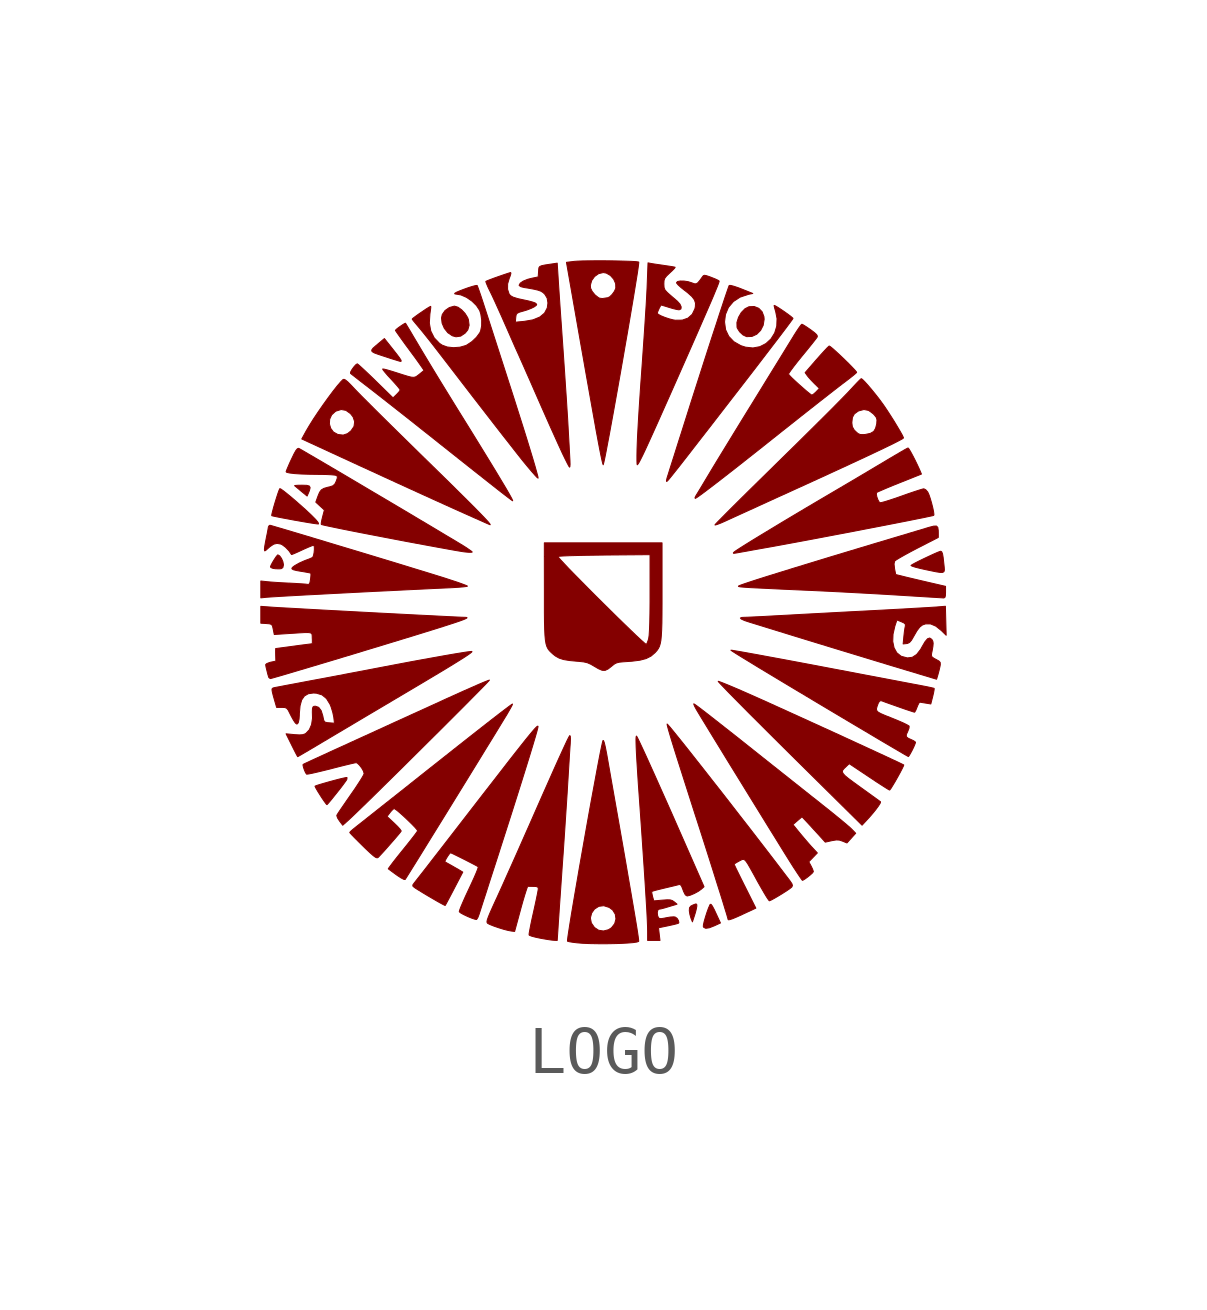
<source format=kicad_sym>
(kicad_symbol_lib
  (version 20211014)
  (generator kicad_symbol_editor)
  (symbol "LOGO"
    (pin_names
      (offset 1.016))
    (property "Reference" "#G"
      (at 0 6.872 0)
      (effects (font (size 1.27 1.27)) hide))
    (symbol "LOGO_0_0"
      (polyline (pts (xy -5.988 2.32) (xy -5.97 2.365) (xy -5.955 2.425) (xy -5.971 2.459) (xy -6.025 2.474) (xy -6.123 2.477) (xy -6.125 2.477) (xy -6.206 2.476) (xy -6.262 2.472) (xy -6.279 2.467) (xy -6.258 2.45) (xy -6.209 2.409) (xy -6.144 2.354) (xy -6.018 2.251) (xy -5.988 2.32)) (stroke (width 0.01) (type default) (color 0 0 0 0)) (fill (type outline)))
      (polyline (pts (xy 2.054 -6.481) (xy 2.072 -6.423) (xy 2.092 -6.343) (xy 2.101 -6.289) (xy 2.101 -6.282) (xy 2.097 -6.251) (xy 2.075 -6.247) (xy 2.021 -6.268) (xy 1.976 -6.291) (xy 1.948 -6.327) (xy 1.944 -6.387) (xy 1.956 -6.464) (xy 1.979 -6.545) (xy 2.009 -6.619) (xy 2.054 -6.481)) (stroke (width 0.01) (type default) (color 0 0 0 0)) (fill (type outline)))
      (polyline (pts (xy 2.361 -6.743) (xy 2.47 -6.7) (xy 2.593 -6.643) (xy 2.495 -6.432) (xy 2.465 -6.367) (xy 2.423 -6.289) (xy 2.395 -6.253) (xy 2.378 -6.257) (xy 2.373 -6.266) (xy 2.343 -6.334) (xy 2.311 -6.423) (xy 2.28 -6.52) (xy 2.254 -6.61) (xy 2.238 -6.681) (xy 2.236 -6.718) (xy 2.245 -6.734) (xy 2.287 -6.754) (xy 2.361 -6.743)) (stroke (width 0.01) (type default) (color 0 0 0 0)) (fill (type outline)))
      (polyline (pts (xy -6.559 0.738) (xy -6.524 0.76) (xy -6.511 0.815) (xy -6.511 0.823) (xy -6.523 0.885) (xy -6.552 0.952) (xy -6.59 1.004) (xy -6.627 1.026) (xy -6.634 1.022) (xy -6.662 0.989) (xy -6.7 0.932) (xy -6.739 0.868) (xy -6.769 0.811) (xy -6.782 0.776) (xy -6.769 0.76) (xy -6.725 0.743) (xy -6.67 0.736) (xy -6.594 0.735) (xy -6.559 0.738)) (stroke (width 0.01) (type default) (color 0 0 0 0)) (fill (type outline)))
      (polyline (pts (xy -4.065 5.056) (xy -4.057 5.064) (xy -4.066 5.089) (xy -4.097 5.136) (xy -4.153 5.21) (xy -4.237 5.317) (xy -4.408 5.532) (xy -4.528 5.432) (xy -4.587 5.382) (xy -4.646 5.33) (xy -4.673 5.291) (xy -4.665 5.261) (xy -4.618 5.233) (xy -4.531 5.201) (xy -4.4 5.158) (xy -4.381 5.152) (xy -4.266 5.114) (xy -4.169 5.084) (xy -4.101 5.063) (xy -4.071 5.056) (xy -4.065 5.056)) (stroke (width 0.01) (type default) (color 0 0 0 0)) (fill (type outline)))
      (polyline (pts (xy -2.818 5.583) (xy -2.724 5.647) (xy -2.67 5.714) (xy -2.643 5.81) (xy -2.658 5.927) (xy -2.674 5.969) (xy -2.727 6.054) (xy -2.798 6.13) (xy -2.874 6.185) (xy -2.944 6.206) (xy -2.956 6.206) (xy -3.055 6.178) (xy -3.144 6.116) (xy -3.202 6.033) (xy -3.218 5.961) (xy -3.206 5.853) (xy -3.16 5.746) (xy -3.087 5.654) (xy -2.993 5.59) (xy -2.916 5.569) (xy -2.818 5.583)) (stroke (width 0.01) (type default) (color 0 0 0 0)) (fill (type outline)))
      (polyline (pts (xy 3.249 5.576) (xy 3.349 5.622) (xy 3.429 5.702) (xy 3.483 5.808) (xy 3.503 5.933) (xy 3.499 5.987) (xy 3.461 6.089) (xy 3.391 6.162) (xy 3.296 6.2) (xy 3.187 6.195) (xy 3.104 6.153) (xy 3.027 6.074) (xy 2.969 5.974) (xy 2.936 5.867) (xy 2.938 5.768) (xy 2.946 5.746) (xy 2.994 5.671) (xy 3.063 5.607) (xy 3.136 5.573) (xy 3.14 5.572) (xy 3.249 5.576)) (stroke (width 0.01) (type default) (color 0 0 0 0)) (fill (type outline)))
      (polyline (pts (xy 7.221 0.66) (xy 7.249 0.676) (xy 7.258 0.71) (xy 7.255 0.763) (xy 7.247 0.839) (xy 7.245 0.856) (xy 7.232 0.974) (xy 7.219 1.049) (xy 7.202 1.089) (xy 7.182 1.101) (xy 7.165 1.097) (xy 7.111 1.076) (xy 7.029 1.04) (xy 6.932 0.995) (xy 6.828 0.946) (xy 6.729 0.898) (xy 6.645 0.855) (xy 6.586 0.822) (xy 6.562 0.805) (xy 6.562 0.804) (xy 6.588 0.79) (xy 6.652 0.769) (xy 6.747 0.745) (xy 6.862 0.719) (xy 6.963 0.698) (xy 7.085 0.673) (xy 7.169 0.66) (xy 7.221 0.66)) (stroke (width 0.01) (type default) (color 0 0 0 0)) (fill (type outline)))
      (polyline (pts (xy -5.603 -4.177) (xy -5.577 -4.149) (xy -5.529 -4.093) (xy -5.468 -4.017) (xy -5.399 -3.931) (xy -5.33 -3.844) (xy -5.269 -3.764) (xy -5.223 -3.701) (xy -5.197 -3.664) (xy -5.188 -3.642) (xy -5.188 -3.612) (xy -5.206 -3.613) (xy -5.263 -3.625) (xy -5.348 -3.645) (xy -5.451 -3.672) (xy -5.561 -3.702) (xy -5.667 -3.732) (xy -5.758 -3.759) (xy -5.824 -3.78) (xy -5.853 -3.793) (xy -5.852 -3.799) (xy -5.832 -3.839) (xy -5.793 -3.906) (xy -5.74 -3.99) (xy -5.714 -4.031) (xy -5.662 -4.107) (xy -5.624 -4.159) (xy -5.606 -4.178) (xy -5.603 -4.177)) (stroke (width 0.01) (type default) (color 0 0 0 0)) (fill (type outline)))
      (polyline (pts (xy -5.78 1.671) (xy -5.79 1.702) (xy -5.839 1.762) (xy -5.927 1.851) (xy -6.054 1.97) (xy -6.221 2.118) (xy -6.331 2.213) (xy -6.429 2.294) (xy -6.508 2.357) (xy -6.563 2.396) (xy -6.586 2.406) (xy -6.586 2.405) (xy -6.602 2.373) (xy -6.626 2.306) (xy -6.655 2.217) (xy -6.686 2.117) (xy -6.715 2.018) (xy -6.738 1.931) (xy -6.753 1.869) (xy -6.755 1.843) (xy -6.755 1.842) (xy -6.724 1.834) (xy -6.652 1.819) (xy -6.547 1.798) (xy -6.417 1.774) (xy -6.269 1.746) (xy -6.254 1.744) (xy -6.108 1.718) (xy -5.979 1.696) (xy -5.878 1.68) (xy -5.809 1.671) (xy -5.782 1.669) (xy -5.78 1.671)) (stroke (width 0.01) (type default) (color 0 0 0 0)) (fill (type outline)))
      (polyline (pts (xy 7.267 0.137) (xy 7.279 0.173) (xy 7.282 0.248) (xy 7.282 0.37) (xy 6.988 0.438) (xy 6.893 0.46) (xy 6.739 0.496) (xy 6.591 0.531) (xy 6.469 0.56) (xy 6.244 0.616) (xy 6.22 0.736) (xy 6.22 0.74) (xy 6.209 0.836) (xy 6.222 0.895) (xy 6.223 0.897) (xy 6.258 0.923) (xy 6.329 0.966) (xy 6.429 1.023) (xy 6.552 1.09) (xy 6.689 1.162) (xy 7.131 1.389) (xy 7.131 1.489) (xy 7.13 1.534) (xy 7.121 1.597) (xy 7.093 1.626) (xy 7.037 1.625) (xy 6.944 1.601) (xy 6.943 1.601) (xy 6.357 1.425) (xy 5.818 1.264) (xy 5.327 1.116) (xy 4.883 0.982) (xy 4.487 0.861) (xy 4.136 0.754) (xy 3.833 0.66) (xy 3.575 0.58) (xy 3.363 0.513) (xy 3.197 0.459) (xy 3.076 0.418) (xy 3.001 0.391) (xy 2.969 0.376) (xy 2.967 0.373) (xy 2.969 0.368) (xy 2.982 0.364) (xy 3.008 0.359) (xy 3.052 0.355) (xy 3.117 0.35) (xy 3.207 0.344) (xy 3.325 0.338) (xy 3.475 0.331) (xy 3.661 0.322) (xy 3.885 0.311) (xy 4.153 0.299) (xy 4.467 0.285) (xy 4.518 0.283) (xy 4.788 0.27) (xy 5.089 0.255) (xy 5.405 0.238) (xy 5.719 0.221) (xy 6.017 0.204) (xy 6.281 0.188) (xy 6.489 0.175) (xy 6.685 0.163) (xy 6.86 0.152) (xy 7.009 0.143) (xy 7.126 0.136) (xy 7.204 0.131) (xy 7.238 0.128) (xy 7.242 0.128) (xy 7.267 0.137)) (stroke (width 0.01) (type default) (color 0 0 0 0)) (fill (type outline)))
      (polyline (pts (xy -2.203 1.654) (xy -2.213 1.674) (xy -2.248 1.717) (xy -2.31 1.784) (xy -2.4 1.878) (xy -2.518 1.999) (xy -2.667 2.148) (xy -2.847 2.326) (xy -3.059 2.536) (xy -3.305 2.777) (xy -3.587 3.053) (xy -3.681 3.145) (xy -3.892 3.352) (xy -4.097 3.553) (xy -4.29 3.743) (xy -4.47 3.921) (xy -4.631 4.081) (xy -4.771 4.221) (xy -4.886 4.336) (xy -4.972 4.424) (xy -5.026 4.48) (xy -5.103 4.562) (xy -5.172 4.631) (xy -5.219 4.669) (xy -5.25 4.683) (xy -5.271 4.677) (xy -5.316 4.632) (xy -5.39 4.546) (xy -5.479 4.433) (xy -5.579 4.299) (xy -5.684 4.153) (xy -5.788 4.003) (xy -5.886 3.856) (xy -5.949 3.755) (xy -5.554 3.755) (xy -5.548 3.853) (xy -5.507 3.942) (xy -5.431 4.012) (xy -5.413 4.022) (xy -5.308 4.054) (xy -5.209 4.036) (xy -5.115 3.969) (xy -5.06 3.899) (xy -5.027 3.8) (xy -5.041 3.701) (xy -5.104 3.609) (xy -5.176 3.551) (xy -5.266 3.521) (xy -5.372 3.533) (xy -5.382 3.536) (xy -5.47 3.585) (xy -5.527 3.662) (xy -5.554 3.755) (xy -5.949 3.755) (xy -5.971 3.72) (xy -6.04 3.603) (xy -6.129 3.44) (xy -4.91 2.878) (xy -4.669 2.768) (xy -4.396 2.642) (xy -4.117 2.514) (xy -3.843 2.389) (xy -3.582 2.27) (xy -3.34 2.16) (xy -3.128 2.064) (xy -2.953 1.985) (xy -2.844 1.936) (xy -2.674 1.86) (xy -2.522 1.792) (xy -2.393 1.735) (xy -2.295 1.691) (xy -2.23 1.663) (xy -2.206 1.653) (xy -2.203 1.654)) (stroke (width 0.01) (type default) (color 0 0 0 0)) (fill (type outline)))
      (polyline (pts (xy 5.672 -4.466) (xy 5.69 -4.447) (xy 5.766 -4.359) (xy 5.835 -4.273) (xy 5.889 -4.199) (xy 5.922 -4.145) (xy 5.928 -4.119) (xy 5.927 -4.118) (xy 5.898 -4.097) (xy 5.835 -4.051) (xy 5.746 -3.987) (xy 5.636 -3.907) (xy 5.512 -3.818) (xy 5.493 -3.804) (xy 5.355 -3.704) (xy 5.253 -3.628) (xy 5.185 -3.571) (xy 5.146 -3.526) (xy 5.132 -3.491) (xy 5.141 -3.458) (xy 5.17 -3.424) (xy 5.213 -3.383) (xy 5.275 -3.324) (xy 5.693 -3.603) (xy 5.72 -3.621) (xy 5.844 -3.704) (xy 5.953 -3.774) (xy 6.039 -3.829) (xy 6.096 -3.864) (xy 6.118 -3.874) (xy 6.144 -3.841) (xy 6.184 -3.776) (xy 6.234 -3.693) (xy 6.286 -3.601) (xy 6.336 -3.51) (xy 6.377 -3.431) (xy 6.404 -3.375) (xy 6.412 -3.351) (xy 6.406 -3.348) (xy 6.362 -3.326) (xy 6.279 -3.286) (xy 6.16 -3.231) (xy 6.011 -3.161) (xy 5.835 -3.08) (xy 5.638 -2.989) (xy 5.423 -2.89) (xy 5.195 -2.785) (xy 4.958 -2.676) (xy 4.716 -2.566) (xy 4.475 -2.456) (xy 4.238 -2.348) (xy 4.009 -2.244) (xy 3.793 -2.146) (xy 3.595 -2.056) (xy 3.419 -1.977) (xy 3.269 -1.91) (xy 3.197 -1.878) (xy 3.028 -1.804) (xy 2.875 -1.738) (xy 2.744 -1.683) (xy 2.642 -1.642) (xy 2.574 -1.616) (xy 2.546 -1.608) (xy 2.552 -1.618) (xy 2.59 -1.66) (xy 2.659 -1.732) (xy 2.756 -1.833) (xy 2.88 -1.959) (xy 3.028 -2.109) (xy 3.196 -2.279) (xy 3.384 -2.466) (xy 3.587 -2.669) (xy 3.804 -2.885) (xy 4.032 -3.111) (xy 5.543 -4.606) (xy 5.672 -4.466)) (stroke (width 0.01) (type default) (color 0 0 0 0)) (fill (type outline)))
      (polyline (pts (xy 0.362 -7.073) (xy 0.519 -7.069) (xy 0.658 -7.061) (xy 0.772 -7.052) (xy 0.852 -7.04) (xy 0.889 -7.027) (xy 0.89 -7.018) (xy 0.887 -6.987) (xy 0.88 -6.931) (xy 0.868 -6.849) (xy 0.851 -6.739) (xy 0.828 -6.599) (xy 0.799 -6.427) (xy 0.764 -6.222) (xy 0.723 -5.982) (xy 0.675 -5.705) (xy 0.621 -5.389) (xy 0.559 -5.033) (xy 0.489 -4.634) (xy 0.411 -4.192) (xy 0.325 -3.704) (xy 0.231 -3.168) (xy 0.224 -3.127) (xy 0.196 -2.984) (xy 0.174 -2.89) (xy 0.157 -2.843) (xy 0.145 -2.843) (xy 0.145 -2.845) (xy 0.133 -2.889) (xy 0.114 -2.976) (xy 0.088 -3.102) (xy 0.057 -3.263) (xy 0.021 -3.453) (xy -0.019 -3.67) (xy -0.063 -3.907) (xy -0.11 -4.161) (xy -0.158 -4.428) (xy -0.207 -4.703) (xy -0.256 -4.981) (xy -0.305 -5.259) (xy -0.353 -5.531) (xy -0.398 -5.794) (xy -0.441 -6.042) (xy -0.48 -6.273) (xy -0.515 -6.48) (xy -0.524 -6.539) (xy -0.117 -6.539) (xy -0.09 -6.436) (xy -0.032 -6.354) (xy 0.058 -6.296) (xy 0.162 -6.283) (xy 0.276 -6.319) (xy 0.348 -6.373) (xy 0.402 -6.46) (xy 0.416 -6.559) (xy 0.39 -6.657) (xy 0.323 -6.743) (xy 0.259 -6.784) (xy 0.155 -6.81) (xy 0.054 -6.794) (xy -0.032 -6.737) (xy -0.097 -6.643) (xy -0.117 -6.539) (xy -0.524 -6.539) (xy -0.544 -6.661) (xy -0.567 -6.809) (xy -0.584 -6.922) (xy -0.593 -6.994) (xy -0.594 -7.022) (xy -0.593 -7.023) (xy -0.557 -7.033) (xy -0.487 -7.045) (xy -0.396 -7.056) (xy -0.277 -7.066) (xy -0.131 -7.072) (xy 0.029 -7.075) (xy 0.196 -7.076) (xy 0.362 -7.073)) (stroke (width 0.01) (type default) (color 0 0 0 0)) (fill (type outline)))
      (polyline (pts (xy 0.153 2.911) (xy 0.166 2.962) (xy 0.186 3.055) (xy 0.212 3.187) (xy 0.243 3.352) (xy 0.28 3.546) (xy 0.32 3.766) (xy 0.364 4.006) (xy 0.41 4.263) (xy 0.458 4.531) (xy 0.507 4.807) (xy 0.556 5.086) (xy 0.604 5.364) (xy 0.652 5.637) (xy 0.697 5.9) (xy 0.739 6.148) (xy 0.778 6.378) (xy 0.812 6.586) (xy 0.841 6.765) (xy 0.865 6.914) (xy 0.881 7.026) (xy 0.89 7.098) (xy 0.891 7.125) (xy 0.881 7.128) (xy 0.828 7.135) (xy 0.737 7.14) (xy 0.617 7.144) (xy 0.475 7.148) (xy 0.319 7.151) (xy 0.157 7.152) (xy -0.002 7.152) (xy -0.15 7.151) (xy -0.28 7.149) (xy -0.383 7.145) (xy -0.452 7.14) (xy -0.615 7.12) (xy -0.531 6.643) (xy -0.117 6.643) (xy -0.09 6.74) (xy -0.03 6.824) (xy 0.054 6.884) (xy 0.151 6.907) (xy 0.215 6.896) (xy 0.301 6.846) (xy 0.369 6.769) (xy 0.41 6.676) (xy 0.413 6.582) (xy 0.412 6.578) (xy 0.384 6.516) (xy 0.337 6.451) (xy 0.285 6.401) (xy 0.241 6.381) (xy 0.218 6.379) (xy 0.163 6.37) (xy 0.131 6.366) (xy 0.075 6.373) (xy 0.048 6.387) (xy -0.021 6.442) (xy -0.08 6.514) (xy -0.113 6.582) (xy -0.117 6.643) (xy -0.531 6.643) (xy -0.347 5.593) (xy -0.309 5.376) (xy -0.257 5.083) (xy -0.206 4.792) (xy -0.156 4.512) (xy -0.109 4.247) (xy -0.066 4.006) (xy -0.028 3.794) (xy 0.003 3.618) (xy 0.028 3.485) (xy 0.048 3.377) (xy 0.077 3.225) (xy 0.103 3.094) (xy 0.125 2.992) (xy 0.141 2.926) (xy 0.15 2.903) (xy 0.153 2.911)) (stroke (width 0.01) (type default) (color 0 0 0 0)) (fill (type outline)))
      (polyline (pts (xy -2.578 1.085) (xy -2.593 1.1) (xy -2.641 1.134) (xy -2.709 1.181) (xy -2.713 1.183) (xy -2.762 1.214) (xy -2.849 1.267) (xy -2.968 1.339) (xy -3.117 1.427) (xy -3.29 1.531) (xy -3.484 1.647) (xy -3.695 1.772) (xy -3.919 1.906) (xy -4.152 2.044) (xy -4.39 2.185) (xy -4.629 2.326) (xy -4.865 2.466) (xy -5.093 2.601) (xy -5.311 2.73) (xy -5.514 2.849) (xy -5.697 2.957) (xy -5.858 3.051) (xy -5.992 3.129) (xy -6.094 3.189) (xy -6.162 3.228) (xy -6.19 3.243) (xy -6.198 3.245) (xy -6.222 3.235) (xy -6.252 3.199) (xy -6.291 3.129) (xy -6.344 3.019) (xy -6.38 2.942) (xy -6.419 2.852) (xy -6.446 2.787) (xy -6.456 2.757) (xy -6.44 2.744) (xy -6.379 2.731) (xy -6.277 2.719) (xy -6.14 2.71) (xy -5.973 2.705) (xy -5.781 2.702) (xy -5.752 2.702) (xy -5.627 2.7) (xy -5.521 2.695) (xy -5.445 2.688) (xy -5.408 2.68) (xy -5.389 2.66) (xy -5.389 2.625) (xy -5.411 2.561) (xy -5.436 2.508) (xy -5.478 2.466) (xy -5.546 2.443) (xy -5.581 2.436) (xy -5.668 2.411) (xy -5.722 2.379) (xy -5.758 2.33) (xy -5.79 2.254) (xy -5.837 2.124) (xy -5.658 1.96) (xy -5.696 1.816) (xy -5.712 1.75) (xy -5.723 1.688) (xy -5.723 1.66) (xy -5.715 1.657) (xy -5.665 1.644) (xy -5.573 1.624) (xy -5.444 1.597) (xy -5.285 1.564) (xy -5.099 1.527) (xy -4.891 1.486) (xy -4.668 1.443) (xy -4.434 1.398) (xy -4.194 1.352) (xy -3.953 1.306) (xy -3.716 1.262) (xy -3.489 1.22) (xy -3.277 1.181) (xy -3.084 1.146) (xy -2.916 1.116) (xy -2.778 1.093) (xy -2.727 1.086) (xy -2.655 1.08) (xy -2.599 1.079) (xy -2.578 1.085)) (stroke (width 0.01) (type default) (color 0 0 0 0)) (fill (type outline)))
      (polyline (pts (xy 2.784 -6.574) (xy 2.849 -6.553) (xy 2.953 -6.509) (xy 3.098 -6.442) (xy 3.33 -6.334) (xy 3.104 -5.882) (xy 3.089 -5.853) (xy 3.022 -5.718) (xy 2.964 -5.6) (xy 2.918 -5.507) (xy 2.889 -5.444) (xy 2.878 -5.419) (xy 2.883 -5.412) (xy 2.921 -5.387) (xy 2.982 -5.353) (xy 3.016 -5.335) (xy 3.046 -5.321) (xy 3.072 -5.317) (xy 3.098 -5.329) (xy 3.128 -5.361) (xy 3.166 -5.418) (xy 3.216 -5.505) (xy 3.283 -5.625) (xy 3.37 -5.785) (xy 3.437 -5.903) (xy 3.501 -6.014) (xy 3.554 -6.102) (xy 3.593 -6.16) (xy 3.611 -6.181) (xy 3.616 -6.18) (xy 3.657 -6.162) (xy 3.726 -6.124) (xy 3.811 -6.074) (xy 3.9 -6.019) (xy 3.982 -5.966) (xy 4.045 -5.922) (xy 4.079 -5.894) (xy 4.079 -5.894) (xy 4.093 -5.863) (xy 4.081 -5.824) (xy 4.039 -5.762) (xy 3.901 -5.581) (xy 3.732 -5.359) (xy 3.553 -5.126) (xy 3.368 -4.886) (xy 3.179 -4.641) (xy 2.988 -4.396) (xy 2.799 -4.152) (xy 2.613 -3.913) (xy 2.432 -3.683) (xy 2.26 -3.463) (xy 2.099 -3.259) (xy 1.952 -3.072) (xy 1.82 -2.906) (xy 1.706 -2.764) (xy 1.613 -2.649) (xy 1.543 -2.564) (xy 1.498 -2.513) (xy 1.482 -2.498) (xy 1.483 -2.515) (xy 1.493 -2.557) (xy 1.511 -2.623) (xy 1.539 -2.719) (xy 1.577 -2.845) (xy 1.626 -3.004) (xy 1.687 -3.198) (xy 1.761 -3.43) (xy 1.848 -3.703) (xy 1.949 -4.019) (xy 2.064 -4.379) (xy 2.108 -4.514) (xy 2.199 -4.797) (xy 2.287 -5.073) (xy 2.371 -5.337) (xy 2.45 -5.587) (xy 2.522 -5.818) (xy 2.588 -6.025) (xy 2.644 -6.205) (xy 2.689 -6.354) (xy 2.724 -6.467) (xy 2.745 -6.541) (xy 2.753 -6.571) (xy 2.755 -6.576) (xy 2.784 -6.574)) (stroke (width 0.01) (type default) (color 0 0 0 0)) (fill (type outline)))
      (polyline (pts (xy -5.172 -4.514) (xy -5.154 -4.498) (xy -5.089 -4.437) (xy -4.996 -4.348) (xy -4.879 -4.235) (xy -4.741 -4.101) (xy -4.585 -3.948) (xy -4.415 -3.78) (xy -4.232 -3.6) (xy -4.041 -3.412) (xy -3.845 -3.217) (xy -3.647 -3.021) (xy -3.449 -2.824) (xy -3.255 -2.632) (xy -3.069 -2.446) (xy -2.893 -2.27) (xy -2.731 -2.108) (xy -2.586 -1.961) (xy -2.46 -1.834) (xy -2.358 -1.73) (xy -2.281 -1.651) (xy -2.235 -1.601) (xy -2.22 -1.583) (xy -2.222 -1.583) (xy -2.257 -1.595) (xy -2.332 -1.625) (xy -2.441 -1.671) (xy -2.579 -1.732) (xy -2.741 -1.803) (xy -2.922 -1.885) (xy -3.118 -1.973) (xy -3.401 -2.103) (xy -3.823 -2.295) (xy -4.203 -2.468) (xy -4.541 -2.623) (xy -4.841 -2.76) (xy -5.104 -2.88) (xy -5.331 -2.984) (xy -5.525 -3.072) (xy -5.687 -3.147) (xy -5.82 -3.208) (xy -5.925 -3.256) (xy -6.003 -3.293) (xy -6.058 -3.318) (xy -6.09 -3.334) (xy -6.101 -3.34) (xy -6.104 -3.352) (xy -6.094 -3.398) (xy -6.074 -3.458) (xy -6.05 -3.512) (xy -6.029 -3.542) (xy -6.027 -3.543) (xy -5.989 -3.539) (xy -5.912 -3.524) (xy -5.803 -3.499) (xy -5.67 -3.467) (xy -5.52 -3.43) (xy -5.495 -3.423) (xy -5.347 -3.385) (xy -5.214 -3.352) (xy -5.106 -3.326) (xy -5.031 -3.309) (xy -4.995 -3.303) (xy -4.971 -3.313) (xy -4.927 -3.355) (xy -4.88 -3.416) (xy -4.844 -3.48) (xy -4.83 -3.532) (xy -4.83 -3.533) (xy -4.846 -3.568) (xy -4.886 -3.637) (xy -4.946 -3.731) (xy -5.021 -3.845) (xy -5.108 -3.97) (xy -5.115 -3.98) (xy -5.201 -4.104) (xy -5.277 -4.215) (xy -5.339 -4.305) (xy -5.381 -4.369) (xy -5.398 -4.398) (xy -5.399 -4.41) (xy -5.382 -4.458) (xy -5.343 -4.518) (xy -5.276 -4.607) (xy -5.172 -4.514)) (stroke (width 0.01) (type default) (color 0 0 0 0)) (fill (type outline)))
      (polyline (pts (xy 4.309 -5.753) (xy 4.35 -5.729) (xy 4.407 -5.688) (xy 4.465 -5.641) (xy 4.511 -5.599) (xy 4.528 -5.573) (xy 4.527 -5.566) (xy 4.511 -5.519) (xy 4.48 -5.455) (xy 4.433 -5.368) (xy 4.522 -5.276) (xy 4.611 -5.184) (xy 4.499 -5.063) (xy 4.487 -5.051) (xy 4.413 -4.966) (xy 4.327 -4.866) (xy 4.245 -4.768) (xy 4.103 -4.593) (xy 4.197 -4.512) (xy 4.292 -4.431) (xy 4.379 -4.524) (xy 4.394 -4.54) (xy 4.46 -4.611) (xy 4.54 -4.699) (xy 4.622 -4.788) (xy 4.777 -4.959) (xy 4.91 -4.929) (xy 4.92 -4.927) (xy 5.005 -4.913) (xy 5.07 -4.916) (xy 5.136 -4.938) (xy 5.228 -4.976) (xy 5.319 -4.875) (xy 5.41 -4.774) (xy 5.326 -4.687) (xy 5.29 -4.653) (xy 5.218 -4.591) (xy 5.119 -4.508) (xy 4.998 -4.409) (xy 4.862 -4.299) (xy 4.717 -4.184) (xy 4.649 -4.129) (xy 4.481 -3.997) (xy 4.29 -3.845) (xy 4.082 -3.68) (xy 3.869 -3.511) (xy 3.661 -3.346) (xy 3.466 -3.191) (xy 3.167 -2.953) (xy 2.901 -2.742) (xy 2.672 -2.562) (xy 2.48 -2.411) (xy 2.324 -2.289) (xy 2.202 -2.195) (xy 2.115 -2.129) (xy 2.06 -2.09) (xy 2.038 -2.077) (xy 2.038 -2.088) (xy 2.056 -2.131) (xy 2.091 -2.196) (xy 2.092 -2.198) (xy 2.128 -2.258) (xy 2.187 -2.356) (xy 2.268 -2.488) (xy 2.366 -2.649) (xy 2.479 -2.834) (xy 2.605 -3.039) (xy 2.74 -3.26) (xy 2.883 -3.492) (xy 3.03 -3.73) (xy 3.178 -3.971) (xy 3.325 -4.209) (xy 3.468 -4.441) (xy 3.604 -4.662) (xy 3.731 -4.866) (xy 3.845 -5.051) (xy 3.944 -5.211) (xy 4.026 -5.342) (xy 4.087 -5.439) (xy 4.125 -5.499) (xy 4.129 -5.504) (xy 4.193 -5.602) (xy 4.246 -5.681) (xy 4.284 -5.735) (xy 4.3 -5.755) (xy 4.309 -5.753)) (stroke (width 0.01) (type default) (color 0 0 0 0)) (fill (type outline)))
      (polyline (pts (xy 1.473 2.554) (xy 1.481 2.56) (xy 1.496 2.574) (xy 1.518 2.599) (xy 1.55 2.638) (xy 1.593 2.691) (xy 1.65 2.763) (xy 1.722 2.853) (xy 1.81 2.966) (xy 1.917 3.103) (xy 2.043 3.266) (xy 2.192 3.458) (xy 2.365 3.68) (xy 2.562 3.935) (xy 2.787 4.226) (xy 3.041 4.554) (xy 3.161 4.709) (xy 3.333 4.932) (xy 3.493 5.141) (xy 3.64 5.333) (xy 3.772 5.505) (xy 3.885 5.654) (xy 3.977 5.776) (xy 4.046 5.869) (xy 4.089 5.928) (xy 4.104 5.951) (xy 4.101 5.957) (xy 4.068 5.986) (xy 4.009 6.031) (xy 3.936 6.084) (xy 3.858 6.137) (xy 3.788 6.183) (xy 3.735 6.214) (xy 3.712 6.223) (xy 3.712 6.211) (xy 3.723 6.163) (xy 3.744 6.092) (xy 3.772 5.948) (xy 3.766 5.79) (xy 3.722 5.647) (xy 3.645 5.524) (xy 3.541 5.428) (xy 3.415 5.363) (xy 3.27 5.336) (xy 3.114 5.353) (xy 3.015 5.385) (xy 2.872 5.467) (xy 2.766 5.578) (xy 2.7 5.716) (xy 2.678 5.878) (xy 2.697 6.033) (xy 2.759 6.181) (xy 2.862 6.303) (xy 3 6.394) (xy 3.171 6.452) (xy 3.266 6.471) (xy 3.031 6.565) (xy 2.961 6.592) (xy 2.871 6.622) (xy 2.806 6.639) (xy 2.776 6.639) (xy 2.774 6.636) (xy 2.758 6.594) (xy 2.729 6.51) (xy 2.687 6.387) (xy 2.635 6.229) (xy 2.572 6.04) (xy 2.502 5.823) (xy 2.423 5.583) (xy 2.339 5.324) (xy 2.25 5.048) (xy 2.158 4.76) (xy 2.063 4.464) (xy 1.967 4.164) (xy 1.872 3.863) (xy 1.778 3.566) (xy 1.738 3.442) (xy 1.678 3.252) (xy 1.623 3.077) (xy 1.574 2.924) (xy 1.534 2.799) (xy 1.506 2.708) (xy 1.49 2.659) (xy 1.48 2.627) (xy 1.468 2.574) (xy 1.472 2.554) (xy 1.473 2.554)) (stroke (width 0.01) (type default) (color 0 0 0 0)) (fill (type outline)))
      (polyline (pts (xy 1.302 -6.743) (xy 1.505 -6.701) (xy 1.536 -6.694) (xy 1.626 -6.674) (xy 1.691 -6.657) (xy 1.719 -6.647) (xy 1.726 -6.636) (xy 1.718 -6.593) (xy 1.69 -6.547) (xy 1.65 -6.519) (xy 1.62 -6.515) (xy 1.548 -6.519) (xy 1.462 -6.534) (xy 1.424 -6.542) (xy 1.357 -6.553) (xy 1.32 -6.549) (xy 1.3 -6.53) (xy 1.283 -6.487) (xy 1.277 -6.427) (xy 1.287 -6.377) (xy 1.311 -6.356) (xy 1.312 -6.356) (xy 1.354 -6.349) (xy 1.427 -6.33) (xy 1.517 -6.303) (xy 1.688 -6.251) (xy 1.626 -6.2) (xy 1.59 -6.176) (xy 1.546 -6.162) (xy 1.482 -6.16) (xy 1.384 -6.167) (xy 1.204 -6.183) (xy 1.178 -6.09) (xy 1.174 -6.072) (xy 1.162 -6.014) (xy 1.163 -5.986) (xy 1.179 -5.98) (xy 1.237 -5.963) (xy 1.324 -5.941) (xy 1.431 -5.915) (xy 1.511 -5.896) (xy 1.613 -5.872) (xy 1.69 -5.853) (xy 1.731 -5.842) (xy 1.758 -5.844) (xy 1.784 -5.879) (xy 1.814 -5.955) (xy 1.825 -5.986) (xy 1.861 -6.057) (xy 1.898 -6.08) (xy 1.902 -6.08) (xy 1.965 -6.064) (xy 2.048 -6.029) (xy 2.131 -5.984) (xy 2.195 -5.938) (xy 2.251 -5.888) (xy 1.779 -4.815) (xy 1.722 -4.686) (xy 1.589 -4.383) (xy 1.461 -4.095) (xy 1.341 -3.827) (xy 1.231 -3.58) (xy 1.131 -3.359) (xy 1.044 -3.166) (xy 0.97 -3.006) (xy 0.912 -2.882) (xy 0.871 -2.797) (xy 0.848 -2.754) (xy 0.841 -2.75) (xy 0.836 -2.768) (xy 0.833 -2.811) (xy 0.834 -2.881) (xy 0.837 -2.982) (xy 0.843 -3.115) (xy 0.853 -3.285) (xy 0.866 -3.494) (xy 0.882 -3.744) (xy 0.903 -4.038) (xy 0.927 -4.379) (xy 0.948 -4.678) (xy 0.977 -5.109) (xy 1.003 -5.494) (xy 1.025 -5.834) (xy 1.043 -6.128) (xy 1.058 -6.374) (xy 1.068 -6.573) (xy 1.074 -6.724) (xy 1.076 -6.825) (xy 1.076 -7.007) (xy 1.333 -7.007) (xy 1.302 -6.743)) (stroke (width 0.01) (type default) (color 0 0 0 0)) (fill (type outline)))
      (polyline (pts (xy 2.53 1.661) (xy 2.603 1.689) (xy 2.696 1.73) (xy 2.759 1.759) (xy 2.864 1.807) (xy 3.004 1.871) (xy 3.173 1.948) (xy 3.366 2.036) (xy 3.576 2.132) (xy 3.799 2.234) (xy 4.029 2.338) (xy 4.175 2.405) (xy 4.594 2.596) (xy 4.971 2.769) (xy 5.304 2.923) (xy 5.595 3.058) (xy 5.841 3.174) (xy 6.044 3.271) (xy 6.202 3.348) (xy 6.315 3.406) (xy 6.383 3.443) (xy 6.406 3.461) (xy 6.404 3.47) (xy 6.382 3.518) (xy 6.339 3.595) (xy 6.28 3.695) (xy 6.212 3.808) (xy 6.138 3.925) (xy 6.064 4.039) (xy 5.995 4.141) (xy 5.98 4.162) (xy 5.907 4.262) (xy 5.826 4.366) (xy 5.744 4.467) (xy 5.666 4.559) (xy 5.6 4.632) (xy 5.551 4.681) (xy 5.526 4.697) (xy 5.522 4.694) (xy 5.491 4.666) (xy 5.435 4.609) (xy 5.361 4.53) (xy 5.275 4.437) (xy 5.243 4.403) (xy 5.165 4.323) (xy 5.057 4.213) (xy 4.923 4.077) (xy 4.766 3.92) (xy 4.627 3.782) (xy 5.33 3.782) (xy 5.342 3.889) (xy 5.382 3.962) (xy 5.455 4.016) (xy 5.475 4.026) (xy 5.582 4.054) (xy 5.68 4.035) (xy 5.774 3.966) (xy 5.802 3.937) (xy 5.841 3.886) (xy 5.854 3.836) (xy 5.849 3.763) (xy 5.848 3.751) (xy 5.824 3.661) (xy 5.786 3.597) (xy 5.717 3.557) (xy 5.609 3.534) (xy 5.57 3.531) (xy 5.505 3.533) (xy 5.458 3.553) (xy 5.407 3.599) (xy 5.377 3.63) (xy 5.34 3.696) (xy 5.33 3.778) (xy 5.33 3.782) (xy 4.627 3.782) (xy 4.589 3.744) (xy 4.396 3.553) (xy 4.192 3.351) (xy 3.978 3.141) (xy 3.76 2.927) (xy 3.584 2.754) (xy 3.382 2.556) (xy 3.193 2.37) (xy 3.02 2.199) (xy 2.866 2.046) (xy 2.734 1.914) (xy 2.626 1.805) (xy 2.545 1.723) (xy 2.495 1.671) (xy 2.478 1.65) (xy 2.486 1.648) (xy 2.53 1.661)) (stroke (width 0.01) (type default) (color 0 0 0 0)) (fill (type outline)))
      (polyline (pts (xy 2.916 1.064) (xy 2.947 1.069) (xy 3.024 1.083) (xy 3.138 1.103) (xy 3.279 1.129) (xy 3.441 1.158) (xy 3.616 1.189) (xy 3.651 1.195) (xy 3.837 1.229) (xy 4.048 1.268) (xy 4.28 1.311) (xy 4.526 1.357) (xy 4.784 1.406) (xy 5.048 1.456) (xy 5.313 1.506) (xy 5.575 1.557) (xy 5.83 1.606) (xy 6.072 1.653) (xy 6.297 1.697) (xy 6.501 1.737) (xy 6.679 1.773) (xy 6.826 1.802) (xy 6.937 1.826) (xy 7.009 1.841) (xy 7.036 1.849) (xy 7.04 1.867) (xy 7.033 1.924) (xy 7.016 2.007) (xy 6.992 2.102) (xy 6.965 2.196) (xy 6.937 2.278) (xy 6.912 2.333) (xy 6.911 2.335) (xy 6.87 2.382) (xy 6.83 2.402) (xy 6.801 2.396) (xy 6.732 2.375) (xy 6.63 2.342) (xy 6.506 2.3) (xy 6.368 2.251) (xy 6.246 2.208) (xy 6.122 2.167) (xy 6.02 2.135) (xy 5.949 2.116) (xy 5.917 2.112) (xy 5.901 2.124) (xy 5.874 2.171) (xy 5.851 2.233) (xy 5.84 2.291) (xy 5.847 2.326) (xy 5.848 2.326) (xy 5.882 2.343) (xy 5.954 2.374) (xy 6.056 2.418) (xy 6.182 2.47) (xy 6.324 2.527) (xy 6.78 2.709) (xy 6.747 2.787) (xy 6.738 2.808) (xy 6.695 2.901) (xy 6.647 3) (xy 6.598 3.095) (xy 6.554 3.176) (xy 6.52 3.232) (xy 6.502 3.253) (xy 6.488 3.247) (xy 6.437 3.22) (xy 6.356 3.173) (xy 6.252 3.112) (xy 6.133 3.042) (xy 6.101 3.023) (xy 5.988 2.955) (xy 5.841 2.868) (xy 5.667 2.764) (xy 5.473 2.649) (xy 5.265 2.526) (xy 5.051 2.4) (xy 4.837 2.274) (xy 4.657 2.168) (xy 4.379 2.004) (xy 4.114 1.846) (xy 3.866 1.698) (xy 3.638 1.56) (xy 3.433 1.436) (xy 3.256 1.328) (xy 3.108 1.236) (xy 2.994 1.164) (xy 2.916 1.113) (xy 2.878 1.085) (xy 2.861 1.066) (xy 2.867 1.057) (xy 2.916 1.064)) (stroke (width 0.01) (type default) (color 0 0 0 0)) (fill (type outline)))
      (polyline (pts (xy -1.206 2.626) (xy -1.212 2.663) (xy -1.234 2.744) (xy -1.268 2.866) (xy -1.315 3.026) (xy -1.374 3.22) (xy -1.443 3.445) (xy -1.522 3.698) (xy -1.61 3.975) (xy -1.705 4.275) (xy -1.807 4.592) (xy -1.808 4.594) (xy -1.881 4.822) (xy -1.961 5.07) (xy -2.043 5.325) (xy -2.123 5.573) (xy -2.196 5.8) (xy -2.258 5.993) (xy -2.309 6.15) (xy -2.359 6.304) (xy -2.403 6.437) (xy -2.439 6.541) (xy -2.464 6.61) (xy -2.476 6.638) (xy -2.478 6.639) (xy -2.513 6.635) (xy -2.58 6.617) (xy -2.665 6.59) (xy -2.757 6.557) (xy -2.842 6.524) (xy -2.909 6.495) (xy -2.944 6.473) (xy -2.94 6.462) (xy -2.901 6.456) (xy -2.814 6.441) (xy -2.699 6.391) (xy -2.586 6.314) (xy -2.49 6.22) (xy -2.424 6.12) (xy -2.4 6.046) (xy -2.381 5.921) (xy -2.382 5.794) (xy -2.404 5.688) (xy -2.422 5.65) (xy -2.491 5.557) (xy -2.585 5.468) (xy -2.69 5.398) (xy -2.715 5.386) (xy -2.835 5.352) (xy -2.969 5.342) (xy -3.098 5.356) (xy -3.203 5.394) (xy -3.26 5.432) (xy -3.37 5.546) (xy -3.442 5.689) (xy -3.472 5.855) (xy -3.46 6.043) (xy -3.45 6.113) (xy -3.442 6.175) (xy -3.443 6.202) (xy -3.447 6.202) (xy -3.482 6.183) (xy -3.542 6.146) (xy -3.615 6.096) (xy -3.692 6.044) (xy -3.761 5.994) (xy -3.81 5.957) (xy -3.829 5.938) (xy -3.827 5.934) (xy -3.804 5.902) (xy -3.757 5.845) (xy -3.696 5.772) (xy -3.666 5.737) (xy -3.592 5.646) (xy -3.501 5.532) (xy -3.402 5.407) (xy -3.304 5.28) (xy -3.112 5.031) (xy -2.822 4.654) (xy -2.562 4.316) (xy -2.328 4.014) (xy -2.122 3.748) (xy -1.941 3.515) (xy -1.784 3.315) (xy -1.652 3.146) (xy -1.542 3.007) (xy -1.509 2.966) (xy -1.414 2.851) (xy -1.332 2.754) (xy -1.267 2.68) (xy -1.224 2.635) (xy -1.206 2.624) (xy -1.206 2.626)) (stroke (width 0.01) (type default) (color 0 0 0 0)) (fill (type outline)))
      (polyline (pts (xy -0.79 -6.738) (xy -0.789 -6.719) (xy -0.783 -6.622) (xy -0.773 -6.484) (xy -0.762 -6.312) (xy -0.748 -6.114) (xy -0.733 -5.896) (xy -0.717 -5.666) (xy -0.701 -5.43) (xy -0.683 -5.184) (xy -0.665 -4.917) (xy -0.647 -4.647) (xy -0.63 -4.385) (xy -0.614 -4.142) (xy -0.6 -3.928) (xy -0.59 -3.754) (xy -0.582 -3.63) (xy -0.571 -3.445) (xy -0.56 -3.272) (xy -0.551 -3.119) (xy -0.543 -2.997) (xy -0.537 -2.916) (xy -0.536 -2.904) (xy -0.532 -2.805) (xy -0.536 -2.749) (xy -0.547 -2.74) (xy -0.551 -2.745) (xy -0.569 -2.777) (xy -0.601 -2.84) (xy -0.645 -2.934) (xy -0.704 -3.062) (xy -0.778 -3.224) (xy -0.868 -3.424) (xy -0.974 -3.663) (xy -1.098 -3.942) (xy -1.24 -4.264) (xy -1.401 -4.63) (xy -1.444 -4.726) (xy -1.549 -4.964) (xy -1.655 -5.204) (xy -1.759 -5.437) (xy -1.857 -5.655) (xy -1.944 -5.851) (xy -2.019 -6.016) (xy -2.077 -6.144) (xy -2.081 -6.151) (xy -2.153 -6.309) (xy -2.206 -6.428) (xy -2.242 -6.515) (xy -2.263 -6.574) (xy -2.271 -6.613) (xy -2.268 -6.636) (xy -2.256 -6.651) (xy -2.255 -6.652) (xy -2.207 -6.676) (xy -2.127 -6.708) (xy -2.028 -6.742) (xy -1.925 -6.774) (xy -1.832 -6.798) (xy -1.764 -6.811) (xy -1.695 -6.819) (xy -1.567 -6.348) (xy -1.562 -6.329) (xy -1.522 -6.186) (xy -1.485 -6.062) (xy -1.454 -5.965) (xy -1.432 -5.901) (xy -1.42 -5.879) (xy -1.415 -5.879) (xy -1.369 -5.88) (xy -1.301 -5.881) (xy -1.247 -5.883) (xy -1.21 -5.897) (xy -1.201 -5.929) (xy -1.206 -5.962) (xy -1.22 -6.037) (xy -1.242 -6.144) (xy -1.27 -6.275) (xy -1.302 -6.42) (xy -1.332 -6.553) (xy -1.359 -6.682) (xy -1.379 -6.786) (xy -1.392 -6.859) (xy -1.394 -6.891) (xy -1.387 -6.899) (xy -1.34 -6.918) (xy -1.261 -6.939) (xy -1.162 -6.96) (xy -1.119 -6.968) (xy -1.014 -6.986) (xy -0.927 -6.999) (xy -0.873 -7.004) (xy -0.808 -7.007) (xy -0.79 -6.738)) (stroke (width 0.01) (type default) (color 0 0 0 0)) (fill (type outline)))
      (polyline (pts (xy 0.253 -1.351) (xy 0.332 -1.289) (xy 0.345 -1.278) (xy 0.388 -1.245) (xy 0.431 -1.224) (xy 0.487 -1.21) (xy 0.569 -1.202) (xy 0.688 -1.194) (xy 0.746 -1.19) (xy 0.914 -1.169) (xy 1.044 -1.135) (xy 1.147 -1.083) (xy 1.232 -1.01) (xy 1.237 -1.004) (xy 1.271 -0.966) (xy 1.298 -0.927) (xy 1.321 -0.882) (xy 1.338 -0.826) (xy 1.352 -0.755) (xy 1.361 -0.663) (xy 1.368 -0.545) (xy 1.373 -0.397) (xy 1.375 -0.214) (xy 1.376 0.01) (xy 1.376 0.278) (xy 1.376 1.276) (xy -1.076 1.276) (xy -1.076 0.992) (xy -0.792 0.992) (xy -0.791 0.993) (xy -0.756 0.998) (xy -0.677 1.003) (xy -0.56 1.008) (xy -0.41 1.012) (xy -0.234 1.016) (xy -0.036 1.019) (xy 0.177 1.022) (xy 1.126 1.03) (xy 1.126 0.213) (xy 1.126 0.044) (xy 1.124 -0.192) (xy 1.12 -0.388) (xy 1.114 -0.543) (xy 1.107 -0.653) (xy 1.098 -0.715) (xy 1.089 -0.748) (xy 1.067 -0.809) (xy 1.049 -0.84) (xy 1.039 -0.835) (xy 0.998 -0.801) (xy 0.928 -0.738) (xy 0.833 -0.65) (xy 0.719 -0.54) (xy 0.588 -0.413) (xy 0.445 -0.274) (xy 0.293 -0.124) (xy 0.137 0.03) (xy -0.019 0.185) (xy -0.171 0.338) (xy -0.315 0.484) (xy -0.448 0.619) (xy -0.565 0.739) (xy -0.661 0.841) (xy -0.734 0.919) (xy -0.779 0.971) (xy -0.792 0.992) (xy -1.076 0.992) (xy -1.075 0.257) (xy -1.075 0.058) (xy -1.075 -0.177) (xy -1.073 -0.371) (xy -1.069 -0.527) (xy -1.063 -0.652) (xy -1.054 -0.75) (xy -1.041 -0.826) (xy -1.023 -0.885) (xy -1 -0.931) (xy -0.971 -0.97) (xy -0.935 -1.006) (xy -0.893 -1.044) (xy -0.843 -1.083) (xy -0.768 -1.125) (xy -0.676 -1.155) (xy -0.556 -1.175) (xy -0.397 -1.19) (xy -0.357 -1.193) (xy -0.256 -1.204) (xy -0.179 -1.222) (xy -0.108 -1.253) (xy -0.022 -1.303) (xy 0.051 -1.346) (xy 0.128 -1.379) (xy 0.19 -1.381) (xy 0.253 -1.351)) (stroke (width 0.01) (type default) (color 0 0 0 0)) (fill (type outline)))
      (polyline (pts (xy -6.781 -1.551) (xy -6.742 -1.541) (xy -6.661 -1.518) (xy -6.542 -1.484) (xy -6.39 -1.439) (xy -6.209 -1.385) (xy -6.003 -1.324) (xy -5.779 -1.257) (xy -5.538 -1.185) (xy -5.287 -1.109) (xy -5.03 -1.032) (xy -4.772 -0.953) (xy -4.516 -0.876) (xy -4.268 -0.8) (xy -4.032 -0.728) (xy -3.812 -0.661) (xy -3.614 -0.6) (xy -3.441 -0.546) (xy -3.324 -0.51) (xy -3.12 -0.445) (xy -2.959 -0.393) (xy -2.838 -0.352) (xy -2.754 -0.321) (xy -2.705 -0.299) (xy -2.686 -0.285) (xy -2.696 -0.278) (xy -2.73 -0.275) (xy -2.744 -0.275) (xy -2.808 -0.273) (xy -2.916 -0.268) (xy -3.062 -0.261) (xy -3.242 -0.252) (xy -3.45 -0.241) (xy -3.682 -0.23) (xy -3.934 -0.217) (xy -4.2 -0.203) (xy -4.476 -0.189) (xy -4.756 -0.174) (xy -5.037 -0.159) (xy -5.314 -0.144) (xy -5.581 -0.13) (xy -5.834 -0.116) (xy -6.068 -0.103) (xy -6.278 -0.091) (xy -6.46 -0.081) (xy -6.609 -0.073) (xy -6.72 -0.066) (xy -6.788 -0.061) (xy -6.982 -0.047) (xy -6.982 -0.398) (xy -6.864 -0.405) (xy -6.805 -0.41) (xy -6.761 -0.423) (xy -6.739 -0.456) (xy -6.724 -0.523) (xy -6.702 -0.633) (xy -6.398 -0.613) (xy -6.331 -0.609) (xy -6.181 -0.599) (xy -6.072 -0.593) (xy -5.998 -0.592) (xy -5.952 -0.598) (xy -5.926 -0.61) (xy -5.915 -0.632) (xy -5.912 -0.664) (xy -5.911 -0.707) (xy -5.909 -0.747) (xy -5.909 -0.803) (xy -5.914 -0.826) (xy -5.922 -0.827) (xy -5.97 -0.833) (xy -6.055 -0.844) (xy -6.167 -0.858) (xy -6.297 -0.876) (xy -6.363 -0.885) (xy -6.484 -0.901) (xy -6.582 -0.914) (xy -6.648 -0.923) (xy -6.673 -0.926) (xy -6.673 -0.936) (xy -6.674 -0.984) (xy -6.673 -1.057) (xy -6.669 -1.188) (xy -6.775 -1.21) (xy -6.804 -1.218) (xy -6.86 -1.24) (xy -6.882 -1.261) (xy -6.881 -1.264) (xy -6.874 -1.309) (xy -6.857 -1.379) (xy -6.838 -1.456) (xy -6.819 -1.52) (xy -6.813 -1.532) (xy -6.784 -1.552) (xy -6.781 -1.551)) (stroke (width 0.01) (type default) (color 0 0 0 0)) (fill (type outline)))
      (polyline (pts (xy 7.123 -1.472) (xy 7.124 -1.469) (xy 7.148 -1.379) (xy 7.168 -1.291) (xy 7.173 -1.258) (xy 7.171 -1.216) (xy 7.143 -1.185) (xy 7.08 -1.15) (xy 7.046 -1.133) (xy 7.001 -1.101) (xy 6.987 -1.068) (xy 6.993 -1.018) (xy 7.002 -0.978) (xy 7.019 -0.881) (xy 7.024 -0.816) (xy 7.017 -0.773) (xy 6.998 -0.738) (xy 6.992 -0.732) (xy 6.952 -0.706) (xy 6.907 -0.722) (xy 6.855 -0.783) (xy 6.793 -0.889) (xy 6.764 -0.942) (xy 6.681 -1.049) (xy 6.59 -1.108) (xy 6.487 -1.121) (xy 6.369 -1.09) (xy 6.352 -1.083) (xy 6.266 -1.013) (xy 6.209 -0.909) (xy 6.182 -0.778) (xy 6.188 -0.626) (xy 6.226 -0.459) (xy 6.269 -0.33) (xy 6.365 -0.369) (xy 6.419 -0.394) (xy 6.447 -0.423) (xy 6.444 -0.46) (xy 6.436 -0.5) (xy 6.424 -0.579) (xy 6.414 -0.671) (xy 6.399 -0.83) (xy 6.472 -0.822) (xy 6.49 -0.819) (xy 6.532 -0.799) (xy 6.572 -0.753) (xy 6.619 -0.672) (xy 6.621 -0.668) (xy 6.687 -0.554) (xy 6.745 -0.478) (xy 6.802 -0.434) (xy 6.867 -0.412) (xy 6.972 -0.413) (xy 7.08 -0.459) (xy 7.195 -0.551) (xy 7.295 -0.649) (xy 7.287 -0.347) (xy 7.279 -0.045) (xy 7.087 -0.061) (xy 7.034 -0.064) (xy 6.931 -0.071) (xy 6.789 -0.079) (xy 6.614 -0.089) (xy 6.413 -0.101) (xy 6.19 -0.113) (xy 5.952 -0.126) (xy 5.706 -0.139) (xy 5.574 -0.146) (xy 5.298 -0.16) (xy 5.016 -0.175) (xy 4.738 -0.19) (xy 4.473 -0.204) (xy 4.23 -0.217) (xy 4.019 -0.229) (xy 3.848 -0.238) (xy 3.679 -0.247) (xy 3.507 -0.257) (xy 3.355 -0.264) (xy 3.229 -0.27) (xy 3.139 -0.274) (xy 3.091 -0.275) (xy 3.037 -0.278) (xy 3.008 -0.29) (xy 3.027 -0.311) (xy 3.094 -0.342) (xy 3.209 -0.38) (xy 3.226 -0.385) (xy 3.657 -0.518) (xy 4.101 -0.655) (xy 4.548 -0.792) (xy 4.986 -0.926) (xy 5.407 -1.054) (xy 5.801 -1.174) (xy 6.156 -1.282) (xy 7.095 -1.565) (xy 7.123 -1.472)) (stroke (width 0.01) (type default) (color 0 0 0 0)) (fill (type outline)))
      (polyline (pts (xy 6.522 -3.159) (xy 6.551 -3.111) (xy 6.587 -3.044) (xy 6.621 -2.974) (xy 6.646 -2.914) (xy 6.657 -2.88) (xy 6.653 -2.873) (xy 6.618 -2.847) (xy 6.556 -2.818) (xy 6.506 -2.796) (xy 6.466 -2.764) (xy 6.464 -2.72) (xy 6.496 -2.649) (xy 6.498 -2.644) (xy 6.521 -2.584) (xy 6.524 -2.543) (xy 6.518 -2.537) (xy 6.474 -2.511) (xy 6.396 -2.473) (xy 6.292 -2.428) (xy 6.17 -2.378) (xy 6.152 -2.371) (xy 6.021 -2.319) (xy 5.931 -2.28) (xy 5.875 -2.248) (xy 5.847 -2.216) (xy 5.843 -2.179) (xy 5.856 -2.13) (xy 5.881 -2.063) (xy 5.884 -2.057) (xy 5.912 -2.015) (xy 5.95 -2.014) (xy 5.964 -2.019) (xy 6.032 -2.045) (xy 6.125 -2.078) (xy 6.233 -2.116) (xy 6.346 -2.156) (xy 6.452 -2.193) (xy 6.543 -2.223) (xy 6.607 -2.244) (xy 6.635 -2.252) (xy 6.641 -2.248) (xy 6.663 -2.21) (xy 6.689 -2.146) (xy 6.701 -2.115) (xy 6.727 -2.062) (xy 6.747 -2.043) (xy 6.755 -2.044) (xy 6.803 -2.052) (xy 6.872 -2.063) (xy 6.975 -2.08) (xy 7.015 -1.923) (xy 7.033 -1.845) (xy 7.044 -1.784) (xy 7.045 -1.756) (xy 7.032 -1.752) (xy 6.979 -1.739) (xy 6.894 -1.721) (xy 6.79 -1.701) (xy 6.729 -1.689) (xy 6.621 -1.669) (xy 6.473 -1.641) (xy 6.29 -1.606) (xy 6.074 -1.565) (xy 5.832 -1.519) (xy 5.567 -1.469) (xy 5.285 -1.415) (xy 4.988 -1.359) (xy 4.683 -1.301) (xy 4.652 -1.295) (xy 4.355 -1.239) (xy 4.073 -1.186) (xy 3.81 -1.137) (xy 3.57 -1.093) (xy 3.355 -1.053) (xy 3.171 -1.02) (xy 3.021 -0.993) (xy 2.908 -0.974) (xy 2.837 -0.962) (xy 2.811 -0.96) (xy 2.812 -0.962) (xy 2.845 -0.985) (xy 2.92 -1.033) (xy 3.036 -1.105) (xy 3.192 -1.2) (xy 3.386 -1.319) (xy 3.619 -1.459) (xy 3.888 -1.621) (xy 4.193 -1.804) (xy 4.534 -2.008) (xy 4.908 -2.231) (xy 5.316 -2.474) (xy 5.756 -2.735) (xy 5.895 -2.818) (xy 6.058 -2.914) (xy 6.204 -3) (xy 6.327 -3.072) (xy 6.422 -3.128) (xy 6.484 -3.163) (xy 6.508 -3.176) (xy 6.522 -3.159)) (stroke (width 0.01) (type default) (color 0 0 0 0)) (fill (type outline)))
      (polyline (pts (xy 2.076 2.205) (xy 2.123 2.235) (xy 2.208 2.296) (xy 2.33 2.388) (xy 2.49 2.51) (xy 2.685 2.661) (xy 2.916 2.841) (xy 3.182 3.051) (xy 3.482 3.288) (xy 3.816 3.554) (xy 3.846 3.578) (xy 4.055 3.743) (xy 4.26 3.906) (xy 4.457 4.061) (xy 4.64 4.205) (xy 4.805 4.334) (xy 4.946 4.444) (xy 5.058 4.531) (xy 5.136 4.591) (xy 5.183 4.626) (xy 5.281 4.701) (xy 5.359 4.763) (xy 5.411 4.807) (xy 5.43 4.827) (xy 5.427 4.835) (xy 5.395 4.874) (xy 5.338 4.935) (xy 5.264 5.011) (xy 5.178 5.095) (xy 5.09 5.179) (xy 5.006 5.257) (xy 4.935 5.321) (xy 4.883 5.363) (xy 4.859 5.377) (xy 4.853 5.373) (xy 4.816 5.339) (xy 4.757 5.276) (xy 4.681 5.193) (xy 4.594 5.095) (xy 4.357 4.822) (xy 4.403 4.757) (xy 4.427 4.727) (xy 4.486 4.661) (xy 4.552 4.593) (xy 4.654 4.494) (xy 4.587 4.424) (xy 4.575 4.412) (xy 4.528 4.371) (xy 4.498 4.354) (xy 4.492 4.356) (xy 4.454 4.383) (xy 4.392 4.433) (xy 4.315 4.5) (xy 4.231 4.574) (xy 4.15 4.648) (xy 4.08 4.714) (xy 4.031 4.765) (xy 4.01 4.791) (xy 4.022 4.815) (xy 4.061 4.871) (xy 4.122 4.953) (xy 4.201 5.054) (xy 4.293 5.168) (xy 4.378 5.271) (xy 4.463 5.376) (xy 4.533 5.464) (xy 4.583 5.528) (xy 4.606 5.56) (xy 4.612 5.583) (xy 4.596 5.614) (xy 4.551 5.656) (xy 4.47 5.717) (xy 4.452 5.729) (xy 4.376 5.781) (xy 4.318 5.817) (xy 4.289 5.831) (xy 4.271 5.814) (xy 4.232 5.762) (xy 4.179 5.683) (xy 4.118 5.587) (xy 4.114 5.579) (xy 4.067 5.503) (xy 3.998 5.391) (xy 3.91 5.247) (xy 3.806 5.078) (xy 3.688 4.887) (xy 3.561 4.681) (xy 3.428 4.464) (xy 3.291 4.242) (xy 3.291 4.241) (xy 3.149 4.012) (xy 3.007 3.781) (xy 2.869 3.556) (xy 2.739 3.343) (xy 2.619 3.147) (xy 2.514 2.975) (xy 2.428 2.833) (xy 2.365 2.728) (xy 2.364 2.726) (xy 2.284 2.593) (xy 2.212 2.472) (xy 2.151 2.371) (xy 2.106 2.297) (xy 2.082 2.258) (xy 2.063 2.22) (xy 2.067 2.202) (xy 2.076 2.205)) (stroke (width 0.01) (type default) (color 0 0 0 0)) (fill (type outline)))
      (polyline (pts (xy -3.974 -5.734) (xy -3.95 -5.697) (xy -3.903 -5.622) (xy -3.836 -5.514) (xy -3.75 -5.376) (xy -3.648 -5.212) (xy -3.534 -5.027) (xy -3.408 -4.823) (xy -3.273 -4.605) (xy -3.132 -4.377) (xy -2.988 -4.143) (xy -2.842 -3.906) (xy -2.697 -3.671) (xy -2.555 -3.44) (xy -2.419 -3.219) (xy -2.292 -3.011) (xy -2.174 -2.82) (xy -2.07 -2.65) (xy -1.981 -2.504) (xy -1.91 -2.387) (xy -1.858 -2.303) (xy -1.823 -2.242) (xy -1.777 -2.162) (xy -1.747 -2.105) (xy -1.739 -2.082) (xy -1.754 -2.089) (xy -1.807 -2.127) (xy -1.897 -2.195) (xy -2.024 -2.292) (xy -2.187 -2.418) (xy -2.384 -2.572) (xy -2.616 -2.754) (xy -2.881 -2.963) (xy -3.178 -3.198) (xy -3.507 -3.458) (xy -3.866 -3.743) (xy -3.879 -3.754) (xy -4.076 -3.91) (xy -4.266 -4.06) (xy -4.443 -4.2) (xy -4.603 -4.327) (xy -4.742 -4.437) (xy -4.855 -4.527) (xy -4.938 -4.592) (xy -4.986 -4.63) (xy -4.995 -4.637) (xy -5.063 -4.692) (xy -5.112 -4.735) (xy -5.13 -4.757) (xy -5.125 -4.765) (xy -5.091 -4.803) (xy -5.03 -4.866) (xy -4.949 -4.947) (xy -4.854 -5.041) (xy -4.799 -5.095) (xy -4.705 -5.183) (xy -4.638 -5.242) (xy -4.592 -5.275) (xy -4.561 -5.286) (xy -4.542 -5.28) (xy -4.527 -5.266) (xy -4.481 -5.217) (xy -4.416 -5.147) (xy -4.341 -5.062) (xy -4.262 -4.972) (xy -4.186 -4.885) (xy -4.122 -4.81) (xy -4.077 -4.755) (xy -4.058 -4.728) (xy -4.059 -4.723) (xy -4.083 -4.688) (xy -4.133 -4.632) (xy -4.202 -4.565) (xy -4.353 -4.425) (xy -4.288 -4.339) (xy -4.269 -4.316) (xy -4.228 -4.273) (xy -4.202 -4.26) (xy -4.191 -4.266) (xy -4.143 -4.3) (xy -4.076 -4.357) (xy -3.997 -4.428) (xy -3.915 -4.506) (xy -3.837 -4.582) (xy -3.772 -4.649) (xy -3.729 -4.699) (xy -3.715 -4.724) (xy -3.716 -4.725) (xy -3.737 -4.756) (xy -3.784 -4.819) (xy -3.852 -4.907) (xy -3.937 -5.014) (xy -4.032 -5.132) (xy -4.042 -5.144) (xy -4.135 -5.26) (xy -4.214 -5.36) (xy -4.275 -5.441) (xy -4.314 -5.494) (xy -4.327 -5.515) (xy -4.324 -5.517) (xy -4.292 -5.541) (xy -4.233 -5.585) (xy -4.156 -5.641) (xy -4.135 -5.656) (xy -4.061 -5.704) (xy -4.004 -5.734) (xy -3.976 -5.738) (xy -3.974 -5.734)) (stroke (width 0.01) (type default) (color 0 0 0 0)) (fill (type outline)))
      (polyline (pts (xy -2.485 -6.567) (xy -2.461 -6.53) (xy -2.437 -6.467) (xy -2.435 -6.462) (xy -2.418 -6.409) (xy -2.388 -6.315) (xy -2.346 -6.184) (xy -2.293 -6.022) (xy -2.233 -5.833) (xy -2.165 -5.622) (xy -2.091 -5.394) (xy -2.014 -5.155) (xy -2.001 -5.113) (xy -1.87 -4.705) (xy -1.749 -4.327) (xy -1.639 -3.98) (xy -1.54 -3.666) (xy -1.453 -3.387) (xy -1.378 -3.145) (xy -1.316 -2.941) (xy -1.267 -2.777) (xy -1.232 -2.656) (xy -1.212 -2.578) (xy -1.207 -2.546) (xy -1.213 -2.542) (xy -1.226 -2.548) (xy -1.247 -2.567) (xy -1.28 -2.601) (xy -1.325 -2.653) (xy -1.384 -2.724) (xy -1.46 -2.817) (xy -1.553 -2.934) (xy -1.666 -3.077) (xy -1.801 -3.249) (xy -1.958 -3.452) (xy -2.141 -3.688) (xy -2.351 -3.958) (xy -2.59 -4.267) (xy -2.754 -4.479) (xy -2.931 -4.708) (xy -3.099 -4.925) (xy -3.253 -5.124) (xy -3.393 -5.304) (xy -3.514 -5.461) (xy -3.616 -5.592) (xy -3.695 -5.692) (xy -3.748 -5.76) (xy -3.773 -5.792) (xy -3.785 -5.807) (xy -3.815 -5.849) (xy -3.815 -5.875) (xy -3.787 -5.9) (xy -3.756 -5.922) (xy -3.689 -5.964) (xy -3.601 -6.018) (xy -3.501 -6.078) (xy -3.398 -6.138) (xy -3.302 -6.194) (xy -3.221 -6.239) (xy -3.164 -6.269) (xy -3.142 -6.278) (xy -3.136 -6.269) (xy -3.111 -6.224) (xy -3.07 -6.147) (xy -3.016 -6.045) (xy -2.954 -5.926) (xy -2.775 -5.583) (xy -2.833 -5.548) (xy -2.863 -5.53) (xy -2.935 -5.489) (xy -3.015 -5.443) (xy -3.069 -5.413) (xy -3.124 -5.382) (xy -3.148 -5.367) (xy -3.142 -5.344) (xy -3.117 -5.297) (xy -3.083 -5.243) (xy -3.051 -5.199) (xy -3.03 -5.18) (xy -3.025 -5.182) (xy -2.986 -5.199) (xy -2.916 -5.233) (xy -2.827 -5.277) (xy -2.729 -5.326) (xy -2.632 -5.376) (xy -2.547 -5.42) (xy -2.485 -5.453) (xy -2.455 -5.471) (xy -2.454 -5.484) (xy -2.466 -5.524) (xy -2.494 -5.595) (xy -2.539 -5.699) (xy -2.604 -5.841) (xy -2.69 -6.025) (xy -2.724 -6.098) (xy -2.775 -6.214) (xy -2.816 -6.31) (xy -2.841 -6.377) (xy -2.848 -6.408) (xy -2.848 -6.409) (xy -2.82 -6.433) (xy -2.759 -6.467) (xy -2.677 -6.506) (xy -2.673 -6.508) (xy -2.59 -6.542) (xy -2.525 -6.564) (xy -2.491 -6.571) (xy -2.485 -6.567)) (stroke (width 0.01) (type default) (color 0 0 0 0)) (fill (type outline)))
      (polyline (pts (xy -1.736 2.156) (xy -1.753 2.196) (xy -1.798 2.278) (xy -1.869 2.402) (xy -1.968 2.567) (xy -2.092 2.774) (xy -2.244 3.023) (xy -2.422 3.313) (xy -2.626 3.644) (xy -2.857 4.016) (xy -2.953 4.171) (xy -3.087 4.389) (xy -3.223 4.61) (xy -3.354 4.825) (xy -3.475 5.025) (xy -3.581 5.201) (xy -3.666 5.343) (xy -3.716 5.428) (xy -3.796 5.562) (xy -3.864 5.678) (xy -3.918 5.768) (xy -3.954 5.828) (xy -3.968 5.851) (xy -3.973 5.851) (xy -4.007 5.833) (xy -4.059 5.799) (xy -4.115 5.76) (xy -4.16 5.724) (xy -4.178 5.703) (xy -4.178 5.701) (xy -4.158 5.67) (xy -4.113 5.606) (xy -4.049 5.516) (xy -3.969 5.405) (xy -3.877 5.281) (xy -3.856 5.252) (xy -3.767 5.132) (xy -3.692 5.027) (xy -3.633 4.943) (xy -3.595 4.888) (xy -3.583 4.867) (xy -3.591 4.86) (xy -3.629 4.83) (xy -3.685 4.784) (xy -3.688 4.782) (xy -3.727 4.752) (xy -3.761 4.732) (xy -3.799 4.724) (xy -3.849 4.728) (xy -3.92 4.746) (xy -4.022 4.777) (xy -4.162 4.822) (xy -4.261 4.853) (xy -4.353 4.88) (xy -4.417 4.896) (xy -4.444 4.898) (xy -4.437 4.881) (xy -4.401 4.835) (xy -4.343 4.767) (xy -4.268 4.686) (xy -4.204 4.616) (xy -4.139 4.543) (xy -4.095 4.488) (xy -4.079 4.462) (xy -4.081 4.455) (xy -4.107 4.417) (xy -4.154 4.367) (xy -4.228 4.296) (xy -4.59 4.65) (xy -4.614 4.674) (xy -4.723 4.779) (xy -4.819 4.87) (xy -4.896 4.941) (xy -4.949 4.988) (xy -4.972 5.005) (xy -4.975 5.005) (xy -5.007 4.983) (xy -5.047 4.937) (xy -5.086 4.882) (xy -5.112 4.834) (xy -5.114 4.806) (xy -5.112 4.805) (xy -5.08 4.779) (xy -5.015 4.729) (xy -4.925 4.658) (xy -4.815 4.573) (xy -4.692 4.478) (xy -4.639 4.437) (xy -4.515 4.34) (xy -4.361 4.219) (xy -4.184 4.08) (xy -3.991 3.928) (xy -3.788 3.768) (xy -3.582 3.604) (xy -3.378 3.443) (xy -3.262 3.35) (xy -3.059 3.189) (xy -2.859 3.03) (xy -2.667 2.878) (xy -2.489 2.737) (xy -2.333 2.614) (xy -2.203 2.511) (xy -2.106 2.435) (xy -1.997 2.349) (xy -1.895 2.27) (xy -1.814 2.208) (xy -1.759 2.167) (xy -1.736 2.152) (xy -1.736 2.156)) (stroke (width 0.01) (type default) (color 0 0 0 0)) (fill (type outline)))
      (polyline (pts (xy -6.202 -3.172) (xy -6.153 -3.144) (xy -6.071 -3.096) (xy -5.962 -3.032) (xy -5.832 -2.955) (xy -5.688 -2.869) (xy -5.683 -2.866) (xy -5.555 -2.79) (xy -5.39 -2.692) (xy -5.196 -2.577) (xy -4.979 -2.448) (xy -4.747 -2.31) (xy -4.505 -2.167) (xy -4.261 -2.022) (xy -4.021 -1.88) (xy -3.888 -1.801) (xy -3.605 -1.633) (xy -3.361 -1.487) (xy -3.155 -1.364) (xy -2.985 -1.26) (xy -2.848 -1.175) (xy -2.742 -1.108) (xy -2.665 -1.057) (xy -2.615 -1.021) (xy -2.588 -0.998) (xy -2.584 -0.987) (xy -2.585 -0.986) (xy -2.619 -0.988) (xy -2.697 -0.998) (xy -2.816 -1.017) (xy -2.969 -1.042) (xy -3.154 -1.074) (xy -3.365 -1.112) (xy -3.599 -1.154) (xy -3.85 -1.2) (xy -4.115 -1.25) (xy -4.389 -1.302) (xy -4.582 -1.339) (xy -4.847 -1.39) (xy -5.129 -1.443) (xy -5.41 -1.497) (xy -5.674 -1.547) (xy -5.906 -1.59) (xy -5.965 -1.601) (xy -6.15 -1.636) (xy -6.319 -1.668) (xy -6.465 -1.695) (xy -6.582 -1.718) (xy -6.664 -1.733) (xy -6.703 -1.741) (xy -6.725 -1.747) (xy -6.744 -1.758) (xy -6.75 -1.782) (xy -6.743 -1.828) (xy -6.724 -1.905) (xy -6.691 -2.021) (xy -6.653 -2.152) (xy -6.54 -2.152) (xy -6.48 -2.155) (xy -6.442 -2.171) (xy -6.411 -2.21) (xy -6.374 -2.284) (xy -6.346 -2.339) (xy -6.304 -2.415) (xy -6.271 -2.465) (xy -6.256 -2.483) (xy -6.23 -2.5) (xy -6.207 -2.478) (xy -6.199 -2.459) (xy -6.186 -2.396) (xy -6.18 -2.315) (xy -6.18 -2.283) (xy -6.165 -2.118) (xy -6.131 -1.996) (xy -6.074 -1.914) (xy -5.993 -1.867) (xy -5.886 -1.852) (xy -5.823 -1.856) (xy -5.707 -1.891) (xy -5.614 -1.968) (xy -5.54 -2.088) (xy -5.518 -2.142) (xy -5.484 -2.253) (xy -5.463 -2.352) (xy -5.448 -2.481) (xy -5.557 -2.473) (xy -5.603 -2.469) (xy -5.649 -2.456) (xy -5.671 -2.423) (xy -5.686 -2.355) (xy -5.69 -2.332) (xy -5.725 -2.22) (xy -5.777 -2.151) (xy -5.844 -2.127) (xy -5.877 -2.13) (xy -5.897 -2.145) (xy -5.907 -2.181) (xy -5.909 -2.248) (xy -5.906 -2.355) (xy -5.906 -2.382) (xy -5.925 -2.51) (xy -5.972 -2.618) (xy -6.042 -2.692) (xy -6.062 -2.704) (xy -6.112 -2.721) (xy -6.18 -2.725) (xy -6.282 -2.719) (xy -6.456 -2.702) (xy -6.338 -2.94) (xy -6.299 -3.018) (xy -6.257 -3.101) (xy -6.227 -3.157) (xy -6.214 -3.178) (xy -6.202 -3.172)) (stroke (width 0.01) (type default) (color 0 0 0 0)) (fill (type outline)))
      (polyline (pts (xy -6.888 0.14) (xy -6.857 0.143) (xy -6.772 0.149) (xy -6.643 0.157) (xy -6.476 0.167) (xy -6.275 0.178) (xy -6.045 0.191) (xy -5.788 0.204) (xy -5.511 0.219) (xy -5.216 0.234) (xy -4.909 0.25) (xy -4.594 0.266) (xy -4.275 0.281) (xy -3.957 0.297) (xy -3.643 0.312) (xy -3.338 0.327) (xy -3.047 0.34) (xy -2.985 0.343) (xy -2.864 0.351) (xy -2.766 0.359) (xy -2.701 0.367) (xy -2.678 0.374) (xy -2.679 0.376) (xy -2.711 0.391) (xy -2.782 0.418) (xy -2.885 0.455) (xy -3.013 0.497) (xy -3.159 0.545) (xy -3.213 0.562) (xy -3.349 0.604) (xy -3.523 0.658) (xy -3.73 0.721) (xy -3.964 0.793) (xy -4.219 0.871) (xy -4.49 0.953) (xy -4.77 1.038) (xy -5.055 1.124) (xy -5.338 1.209) (xy -5.613 1.292) (xy -5.875 1.371) (xy -6.117 1.444) (xy -6.335 1.509) (xy -6.523 1.565) (xy -6.674 1.609) (xy -6.783 1.641) (xy -6.805 1.64) (xy -6.825 1.608) (xy -6.825 1.605) (xy -6.833 1.556) (xy -6.848 1.476) (xy -6.868 1.381) (xy -6.869 1.373) (xy -6.888 1.277) (xy -6.902 1.195) (xy -6.907 1.145) (xy -6.907 1.133) (xy -6.902 1.109) (xy -6.883 1.116) (xy -6.838 1.156) (xy -6.789 1.199) (xy -6.713 1.249) (xy -6.643 1.265) (xy -6.567 1.251) (xy -6.539 1.238) (xy -6.467 1.185) (xy -6.396 1.111) (xy -6.342 1.032) (xy -6.335 1.034) (xy -6.291 1.051) (xy -6.218 1.083) (xy -6.125 1.126) (xy -6.073 1.15) (xy -5.984 1.189) (xy -5.916 1.216) (xy -5.882 1.226) (xy -5.878 1.225) (xy -5.868 1.195) (xy -5.867 1.137) (xy -5.873 1.07) (xy -5.886 1.009) (xy -5.902 0.974) (xy -5.918 0.965) (xy -5.97 0.942) (xy -6.043 0.915) (xy -6.081 0.9) (xy -6.181 0.855) (xy -6.266 0.807) (xy -6.282 0.797) (xy -6.326 0.763) (xy -6.336 0.737) (xy -6.308 0.717) (xy -6.238 0.699) (xy -6.122 0.679) (xy -6.118 0.679) (xy -6.032 0.664) (xy -5.968 0.652) (xy -5.94 0.643) (xy -5.938 0.634) (xy -5.939 0.587) (xy -5.947 0.516) (xy -5.958 0.451) (xy -5.976 0.414) (xy -6.003 0.41) (xy -6.008 0.411) (xy -6.056 0.417) (xy -6.141 0.423) (xy -6.253 0.43) (xy -6.381 0.437) (xy -6.393 0.437) (xy -6.531 0.444) (xy -6.663 0.452) (xy -6.775 0.46) (xy -6.851 0.467) (xy -6.982 0.481) (xy -6.982 0.13) (xy -6.888 0.14)) (stroke (width 0.01) (type default) (color 0 0 0 0)) (fill (type outline)))
      (polyline (pts (xy 0.862 2.904) (xy 0.877 2.92) (xy 0.9 2.957) (xy 0.932 3.019) (xy 0.976 3.107) (xy 1.032 3.225) (xy 1.101 3.376) (xy 1.185 3.561) (xy 1.286 3.785) (xy 1.403 4.048) (xy 1.54 4.355) (xy 1.696 4.707) (xy 1.855 5.067) (xy 1.996 5.386) (xy 2.119 5.666) (xy 2.224 5.907) (xy 2.314 6.113) (xy 2.389 6.285) (xy 2.449 6.426) (xy 2.495 6.538) (xy 2.53 6.622) (xy 2.552 6.681) (xy 2.564 6.717) (xy 2.565 6.731) (xy 2.541 6.747) (xy 2.482 6.775) (xy 2.401 6.807) (xy 2.373 6.818) (xy 2.302 6.842) (xy 2.261 6.85) (xy 2.236 6.841) (xy 2.216 6.816) (xy 2.166 6.746) (xy 2.122 6.694) (xy 2.087 6.672) (xy 2.049 6.673) (xy 1.996 6.693) (xy 1.919 6.717) (xy 1.833 6.73) (xy 1.756 6.731) (xy 1.699 6.72) (xy 1.677 6.696) (xy 1.679 6.689) (xy 1.71 6.651) (xy 1.769 6.597) (xy 1.847 6.535) (xy 1.911 6.486) (xy 1.999 6.407) (xy 2.051 6.338) (xy 2.073 6.27) (xy 2.07 6.195) (xy 2.06 6.15) (xy 2.005 6.037) (xy 1.917 5.958) (xy 1.798 5.916) (xy 1.655 5.914) (xy 1.614 5.92) (xy 1.527 5.942) (xy 1.437 5.972) (xy 1.356 6.005) (xy 1.298 6.036) (xy 1.276 6.061) (xy 1.278 6.069) (xy 1.294 6.111) (xy 1.318 6.165) (xy 1.343 6.211) (xy 1.358 6.231) (xy 1.382 6.224) (xy 1.442 6.206) (xy 1.522 6.181) (xy 1.603 6.157) (xy 1.681 6.138) (xy 1.729 6.131) (xy 1.732 6.131) (xy 1.77 6.149) (xy 1.775 6.191) (xy 1.75 6.248) (xy 1.696 6.309) (xy 1.669 6.332) (xy 1.591 6.399) (xy 1.514 6.466) (xy 1.483 6.494) (xy 1.438 6.544) (xy 1.418 6.596) (xy 1.414 6.67) (xy 1.414 6.671) (xy 1.417 6.738) (xy 1.433 6.787) (xy 1.47 6.835) (xy 1.536 6.898) (xy 1.596 6.954) (xy 1.637 6.997) (xy 1.649 7.017) (xy 1.643 7.019) (xy 1.6 7.028) (xy 1.524 7.04) (xy 1.426 7.054) (xy 1.396 7.059) (xy 1.291 7.074) (xy 1.204 7.087) (xy 1.149 7.096) (xy 1.084 7.109) (xy 1.067 6.664) (xy 1.064 6.583) (xy 1.056 6.432) (xy 1.046 6.245) (xy 1.032 6.029) (xy 1.017 5.79) (xy 1 5.537) (xy 0.982 5.277) (xy 0.964 5.017) (xy 0.951 4.832) (xy 0.932 4.571) (xy 0.915 4.314) (xy 0.899 4.069) (xy 0.885 3.843) (xy 0.874 3.645) (xy 0.865 3.481) (xy 0.86 3.36) (xy 0.855 3.219) (xy 0.853 3.093) (xy 0.853 2.992) (xy 0.855 2.926) (xy 0.859 2.903) (xy 0.862 2.904)) (stroke (width 0.01) (type default) (color 0 0 0 0)) (fill (type outline)))
      (polyline (pts (xy -0.544 2.863) (xy -0.54 2.911) (xy -0.542 2.984) (xy -0.542 2.986) (xy -0.546 3.054) (xy -0.552 3.162) (xy -0.559 3.298) (xy -0.568 3.453) (xy -0.577 3.616) (xy -0.582 3.706) (xy -0.591 3.868) (xy -0.604 4.066) (xy -0.618 4.293) (xy -0.635 4.54) (xy -0.652 4.801) (xy -0.67 5.067) (xy -0.688 5.33) (xy -0.704 5.556) (xy -0.721 5.804) (xy -0.738 6.04) (xy -0.753 6.258) (xy -0.766 6.452) (xy -0.777 6.615) (xy -0.785 6.741) (xy -0.79 6.823) (xy -0.808 7.103) (xy -0.898 7.089) (xy -0.961 7.08) (xy -1.065 7.064) (xy -1.131 7.05) (xy -1.169 7.034) (xy -1.187 7.012) (xy -1.193 6.979) (xy -1.196 6.93) (xy -1.204 6.816) (xy -1.338 6.788) (xy -1.421 6.767) (xy -1.515 6.729) (xy -1.578 6.686) (xy -1.601 6.643) (xy -1.599 6.636) (xy -1.564 6.612) (xy -1.495 6.595) (xy -1.429 6.585) (xy -1.301 6.562) (xy -1.21 6.541) (xy -1.146 6.518) (xy -1.101 6.489) (xy -1.064 6.453) (xy -1.017 6.374) (xy -1.001 6.273) (xy -1.015 6.17) (xy -1.072 6.062) (xy -1.171 5.98) (xy -1.313 5.922) (xy -1.497 5.89) (xy -1.68 5.873) (xy -1.672 5.968) (xy -1.67 5.987) (xy -1.662 6.032) (xy -1.64 6.06) (xy -1.593 6.082) (xy -1.509 6.106) (xy -1.436 6.128) (xy -1.348 6.162) (xy -1.286 6.193) (xy -1.245 6.223) (xy -1.235 6.245) (xy -1.26 6.269) (xy -1.271 6.275) (xy -1.328 6.295) (xy -1.416 6.318) (xy -1.519 6.34) (xy -1.629 6.364) (xy -1.728 6.395) (xy -1.783 6.427) (xy -1.811 6.463) (xy -1.842 6.558) (xy -1.841 6.672) (xy -1.806 6.79) (xy -1.788 6.834) (xy -1.773 6.886) (xy -1.777 6.907) (xy -1.792 6.904) (xy -1.846 6.887) (xy -1.927 6.86) (xy -2.022 6.827) (xy -2.118 6.793) (xy -2.204 6.761) (xy -2.267 6.736) (xy -2.294 6.723) (xy -2.295 6.716) (xy -2.28 6.675) (xy -2.25 6.604) (xy -2.207 6.515) (xy -2.203 6.508) (xy -2.16 6.419) (xy -2.103 6.296) (xy -2.037 6.15) (xy -1.965 5.991) (xy -1.895 5.831) (xy -1.885 5.809) (xy -1.815 5.65) (xy -1.748 5.497) (xy -1.687 5.358) (xy -1.636 5.245) (xy -1.601 5.168) (xy -1.596 5.155) (xy -1.561 5.077) (xy -1.51 4.963) (xy -1.447 4.819) (xy -1.374 4.655) (xy -1.296 4.476) (xy -1.215 4.292) (xy -1.212 4.285) (xy -1.125 4.087) (xy -1.035 3.884) (xy -0.947 3.685) (xy -0.864 3.502) (xy -0.793 3.344) (xy -0.737 3.222) (xy -0.698 3.137) (xy -0.643 3.024) (xy -0.598 2.934) (xy -0.566 2.874) (xy -0.55 2.853) (xy -0.544 2.863)) (stroke (width 0.01) (type default) (color 0 0 0 0)) (fill (type outline))))))
</source>
